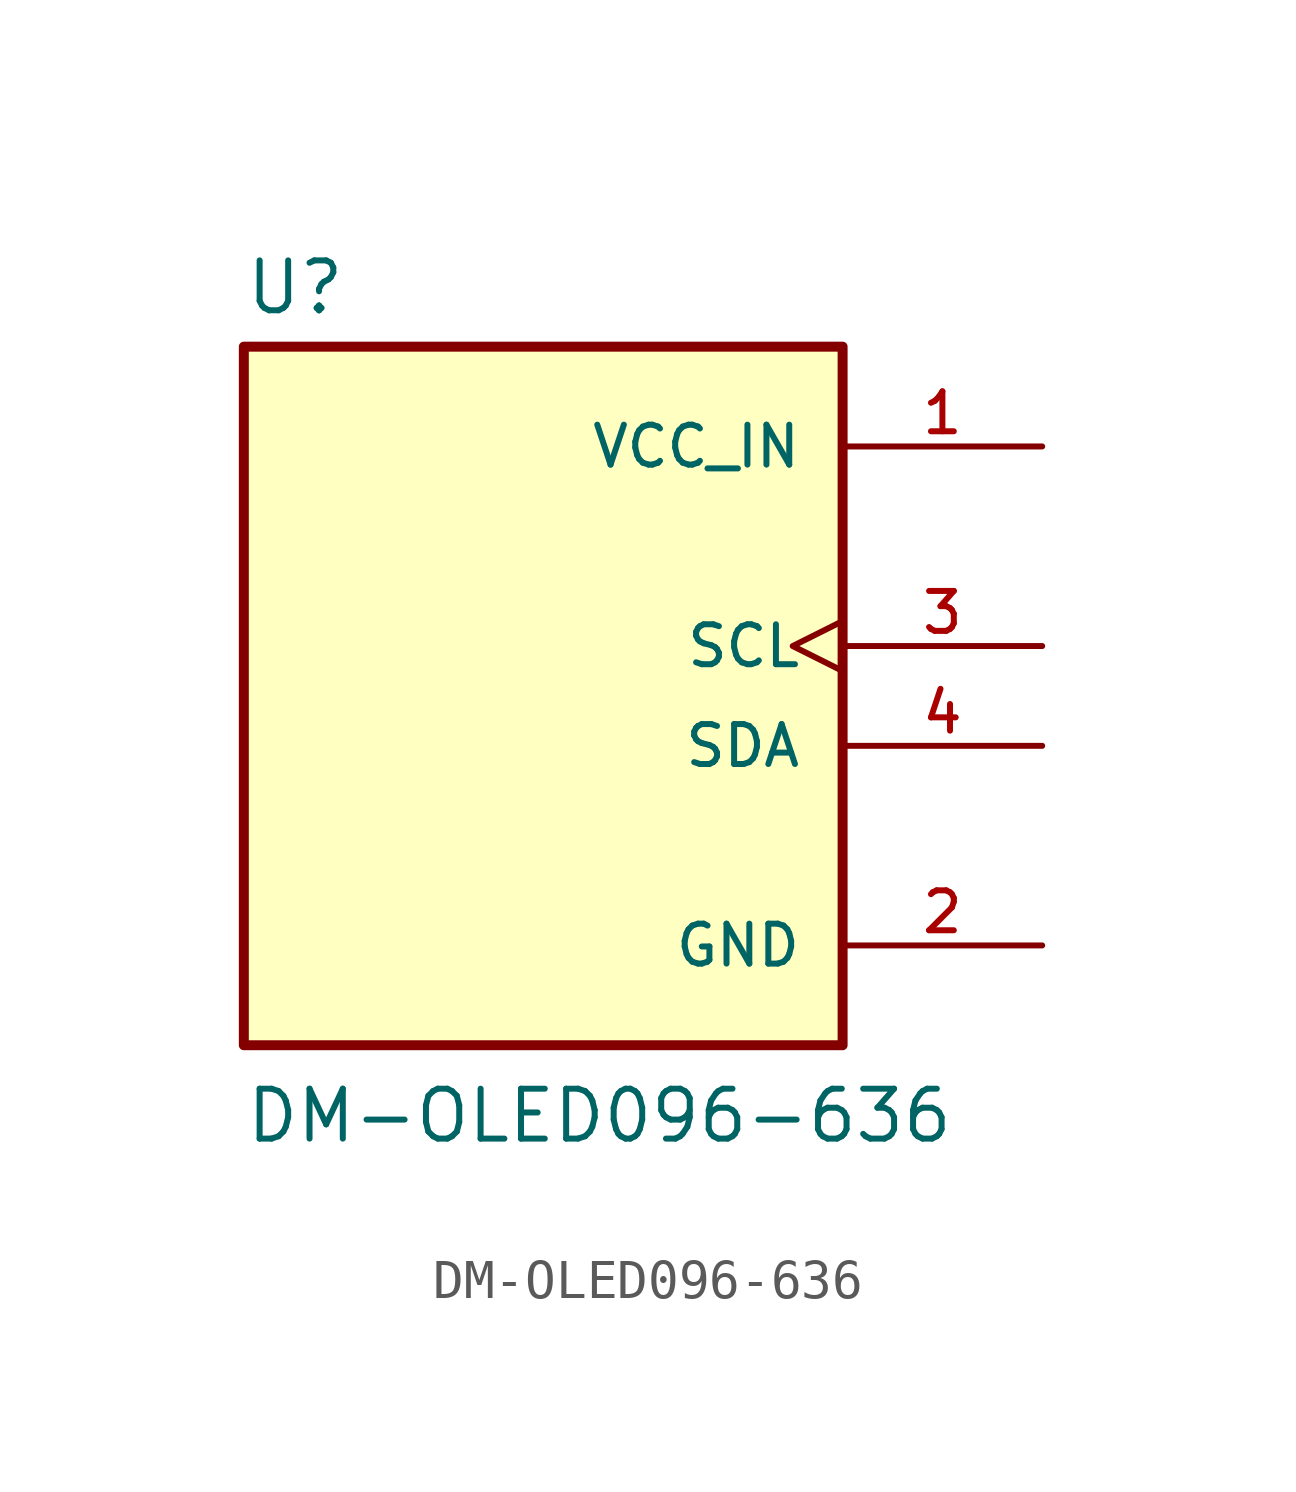
<source format=kicad_sym>
(kicad_symbol_lib
  (version 20231120)
  (generator "kicad_symbol_editor")
  (generator_version "8.0")
  (symbol "DM-OLED096-636"
    (pin_names
      (offset 1.016))
    (property "Reference" "U"
      (at -7.62 10.922 0)
      (effects (font (size 1.27 1.27)) (justify left bottom)))
    (property "Value" "DM-OLED096-636"
      (at -7.62 -10.16 0)
      (effects (font (size 1.27 1.27)) (justify left bottom)))
    (symbol "DM-OLED096-636_0_0"
      (rectangle (start -7.62 -7.62) (end 7.62 10.16) (stroke (width 0.254) (type default)) (fill (type background)))
      (pin input clock (at 12.7 2.54 180) (length 5.08) (name "SCL" (effects (font (size 1.016 1.016)))) (number "3" (effects (font (size 1.016 1.016)))))
      (pin bidirectional line (at 12.7 0 180) (length 5.08) (name "SDA" (effects (font (size 1.016 1.016)))) (number "4" (effects (font (size 1.016 1.016))))))
    (symbol "DM-OLED096-636_1_0"
      (pin power_in line (at 12.7 7.62 180) (length 5.08) (name "VCC_IN" (effects (font (size 1.016 1.016)))) (number "1" (effects (font (size 1.016 1.016)))))
      (pin power_in line (at 12.7 -5.08 180) (length 5.08) (name "GND" (effects (font (size 1.016 1.016)))) (number "2" (effects (font (size 1.016 1.016))))))))
</source>
